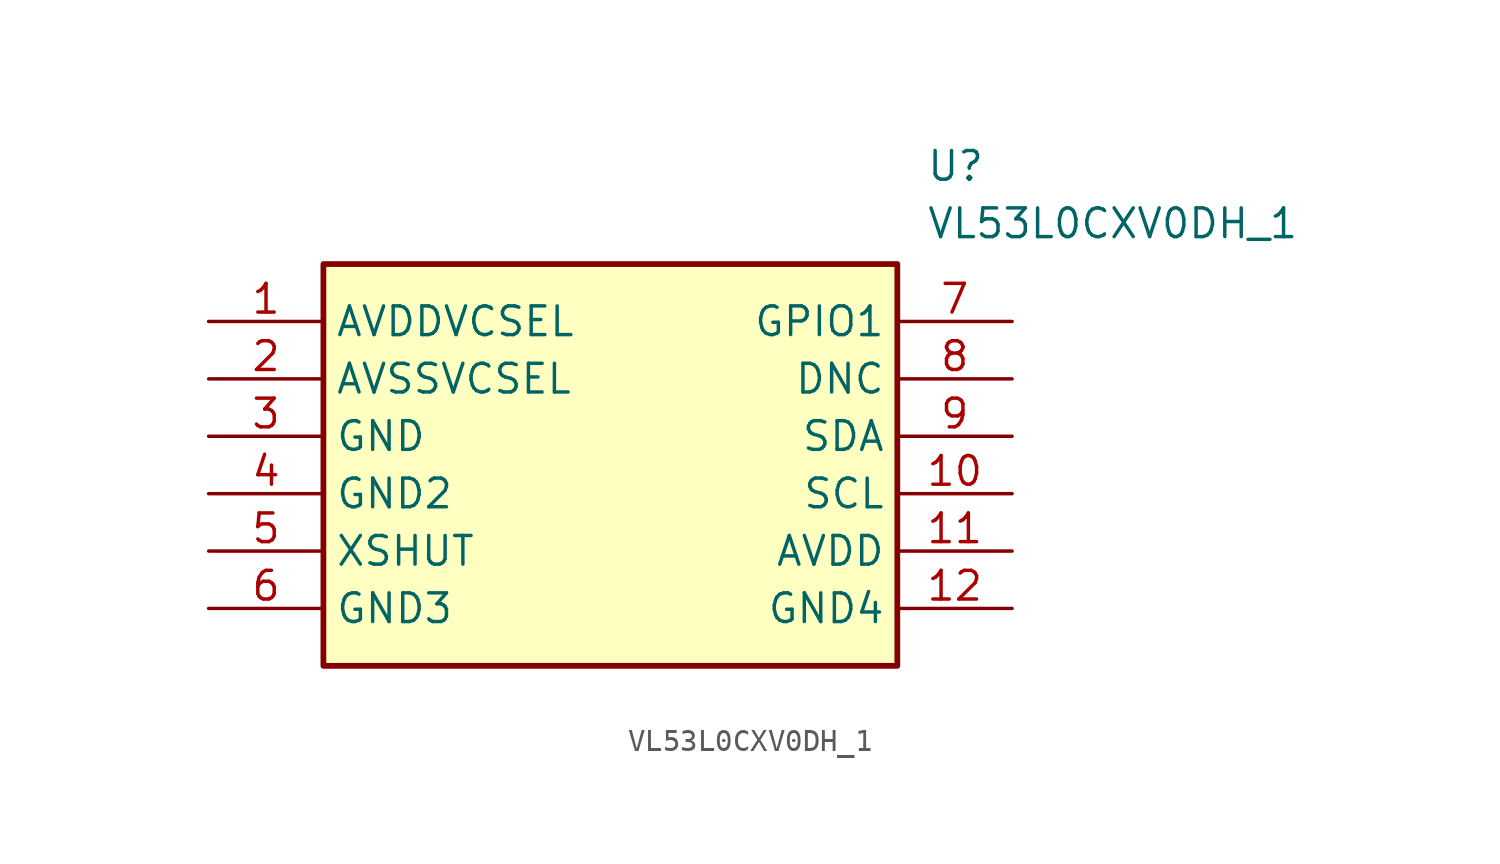
<source format=kicad_sym>
(kicad_symbol_lib
  (version 20211014)
  (generator SamacSys_ECAD_Model)
  (symbol "VL53L0CXV0DH_1"
    (property "Reference" "U"
      (at 31.75 7.62 0)
      (effects (font (size 1.27 1.27)) (justify left top)))
    (property "Value" "VL53L0CXV0DH_1"
      (at 31.75 5.08 0)
      (effects (font (size 1.27 1.27)) (justify left top)))
    (rectangle
      (start 5.08 2.54)
      (end 30.48 -15.24)
      (stroke (width 0.254) (type default))
      (fill (type background)))
    (pin power_in line
      (at 0 0 0)
      (length 5.08)
      (name "AVDDVCSEL" (effects (font (size 1.27 1.27))))
      (number "1" (effects (font (size 1.27 1.27)))))
    (pin input line
      (at 0 -2.54 0)
      (length 5.08)
      (name "AVSSVCSEL" (effects (font (size 1.27 1.27))))
      (number "2" (effects (font (size 1.27 1.27)))))
    (pin bidirectional line
      (at 0 -5.08 0)
      (length 5.08)
      (name "GND" (effects (font (size 1.27 1.27))))
      (number "3" (effects (font (size 1.27 1.27)))))
    (pin input line
      (at 0 -7.62 0)
      (length 5.08)
      (name "GND2" (effects (font (size 1.27 1.27))))
      (number "4" (effects (font (size 1.27 1.27)))))
    (pin output line
      (at 0 -10.16 0)
      (length 5.08)
      (name "XSHUT" (effects (font (size 1.27 1.27))))
      (number "5" (effects (font (size 1.27 1.27)))))
    (pin power_in line
      (at 0 -12.7 0)
      (length 5.08)
      (name "GND3" (effects (font (size 1.27 1.27))))
      (number "6" (effects (font (size 1.27 1.27)))))
    (pin input line
      (at 35.56 0 180)
      (length 5.08)
      (name "GPIO1" (effects (font (size 1.27 1.27))))
      (number "7" (effects (font (size 1.27 1.27)))))
    (pin power_in line
      (at 35.56 -2.54 180)
      (length 5.08)
      (name "DNC" (effects (font (size 1.27 1.27))))
      (number "8" (effects (font (size 1.27 1.27)))))
    (pin power_in line
      (at 35.56 -5.08 180)
      (length 5.08)
      (name "SDA" (effects (font (size 1.27 1.27))))
      (number "9" (effects (font (size 1.27 1.27)))))
    (pin power_in line
      (at 35.56 -7.62 180)
      (length 5.08)
      (name "SCL" (effects (font (size 1.27 1.27))))
      (number "10" (effects (font (size 1.27 1.27)))))
    (pin power_in line
      (at 35.56 -10.16 180)
      (length 5.08)
      (name "AVDD" (effects (font (size 1.27 1.27))))
      (number "11" (effects (font (size 1.27 1.27)))))
    (pin power_in line
      (at 35.56 -12.7 180)
      (length 5.08)
      (name "GND4" (effects (font (size 1.27 1.27))))
      (number "12" (effects (font (size 1.27 1.27)))))))
</source>
